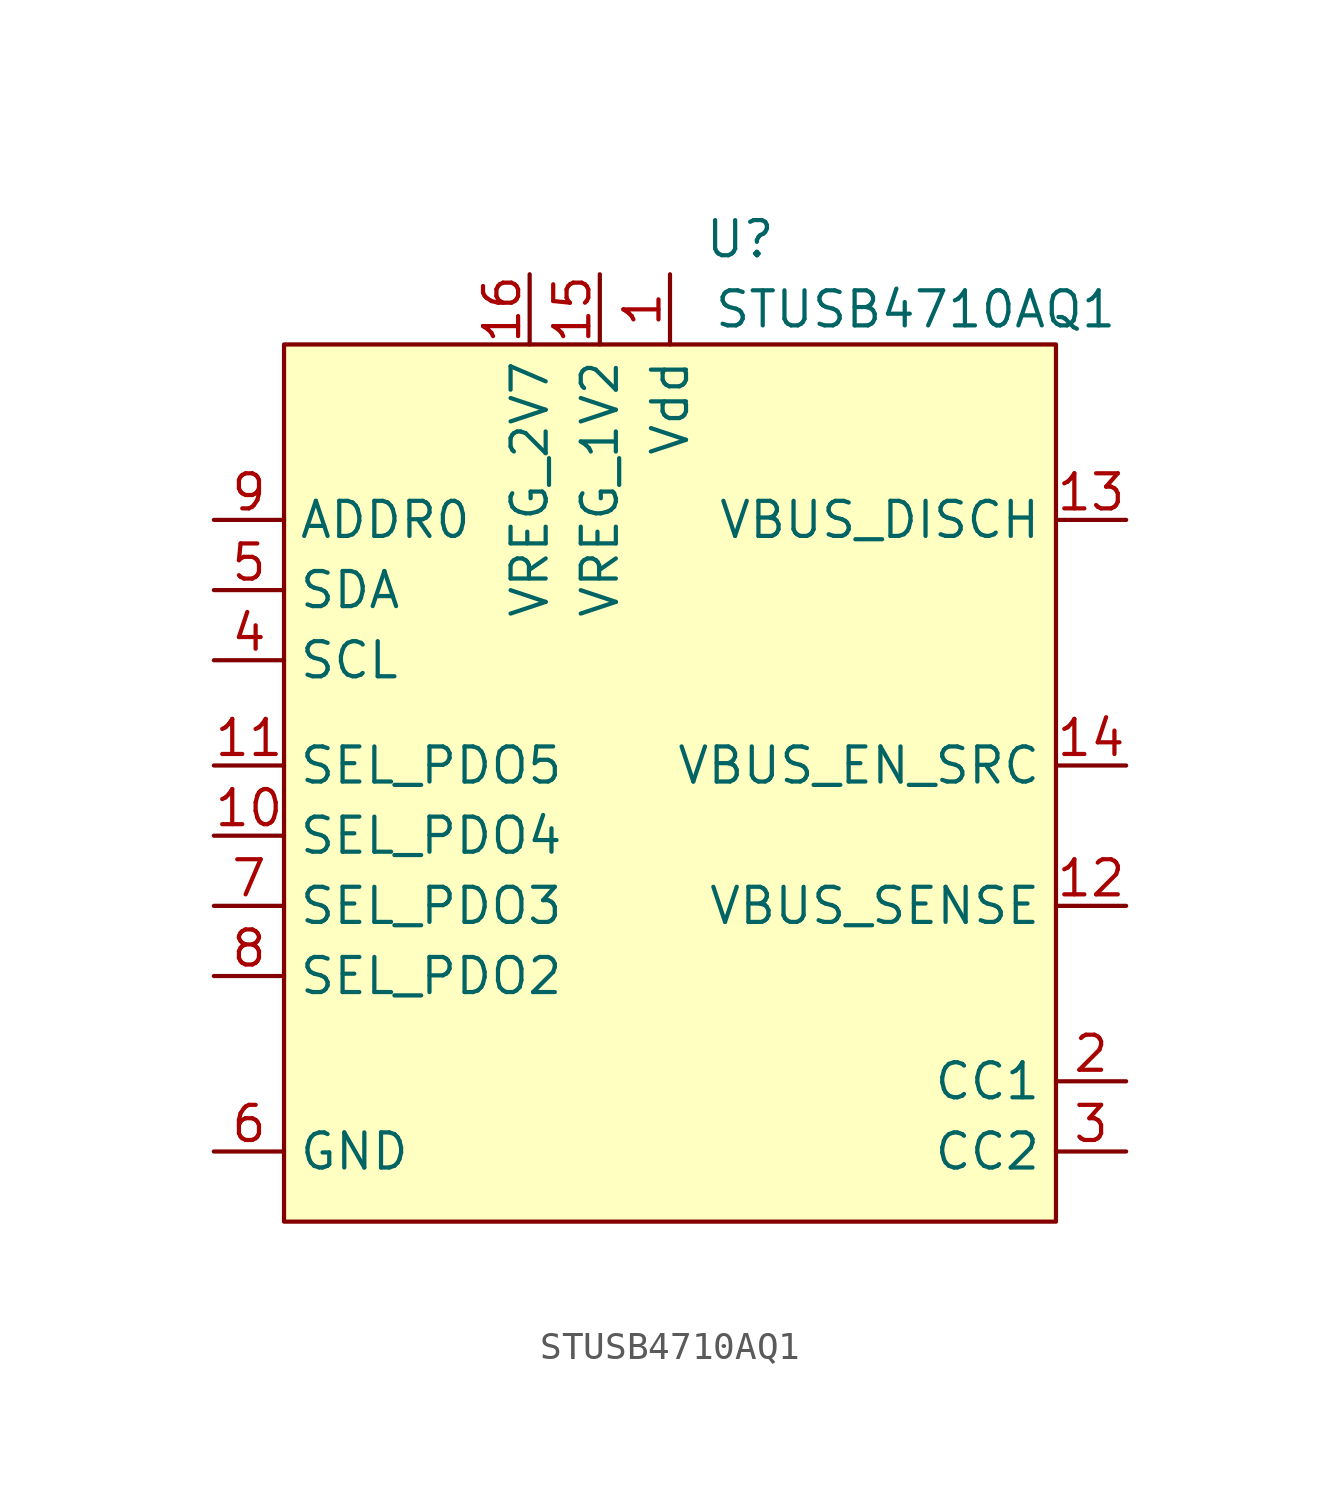
<source format=kicad_sym>
(kicad_symbol_lib
  (version 20211014)
  (generator kicad_symbol_editor)
  (symbol "STUSB4710AQ1"
    (property "Reference" "U"
      (at 2.54 3.81 0)
      (effects (font (size 1.27 1.27))))
    (property "Value" "STUSB4710AQ1"
      (at 8.89 1.27 0)
      (effects (font (size 1.27 1.27))))
    (symbol "STUSB4710AQ1_0_1"
      (rectangle (start -13.97 0) (end 13.97 -31.75) (stroke (width 0) (type default) (color 0 0 0 0)) (fill (type background))))
    (symbol "STUSB4710AQ1_1_1"
      (pin power_in line (at 0 2.54 270) (length 2.54) (name "Vdd" (effects (font (size 1.27 1.27)))) (number "1" (effects (font (size 1.27 1.27)))))
      (pin open_collector line (at -16.51 -17.78 0) (length 2.54) (name "SEL_PDO4" (effects (font (size 1.27 1.27)))) (number "10" (effects (font (size 1.27 1.27)))))
      (pin open_collector line (at -16.51 -15.24 0) (length 2.54) (name "SEL_PDO5" (effects (font (size 1.27 1.27)))) (number "11" (effects (font (size 1.27 1.27)))))
      (pin input line (at 16.51 -20.32 180) (length 2.54) (name "VBUS_SENSE" (effects (font (size 1.27 1.27)))) (number "12" (effects (font (size 1.27 1.27)))))
      (pin output line (at 16.51 -6.35 180) (length 2.54) (name "VBUS_DISCH" (effects (font (size 1.27 1.27)))) (number "13" (effects (font (size 1.27 1.27)))))
      (pin output line (at 16.51 -15.24 180) (length 2.54) (name "VBUS_EN_SRC" (effects (font (size 1.27 1.27)))) (number "14" (effects (font (size 1.27 1.27)))))
      (pin power_out line (at -2.54 2.54 270) (length 2.54) (name "VREG_1V2" (effects (font (size 1.27 1.27)))) (number "15" (effects (font (size 1.27 1.27)))))
      (pin power_out line (at -5.08 2.54 270) (length 2.54) (name "VREG_2V7" (effects (font (size 1.27 1.27)))) (number "16" (effects (font (size 1.27 1.27)))))
      (pin passive line (at 16.51 -26.67 180) (length 2.54) (name "CC1" (effects (font (size 1.27 1.27)))) (number "2" (effects (font (size 1.27 1.27)))))
      (pin passive line (at 16.51 -29.21 180) (length 2.54) (name "CC2" (effects (font (size 1.27 1.27)))) (number "3" (effects (font (size 1.27 1.27)))))
      (pin input line (at -16.51 -11.43 0) (length 2.54) (name "SCL" (effects (font (size 1.27 1.27)))) (number "4" (effects (font (size 1.27 1.27)))))
      (pin bidirectional line (at -16.51 -8.89 0) (length 2.54) (name "SDA" (effects (font (size 1.27 1.27)))) (number "5" (effects (font (size 1.27 1.27)))))
      (pin power_in line (at -16.51 -29.21 0) (length 2.54) (name "GND" (effects (font (size 1.27 1.27)))) (number "6" (effects (font (size 1.27 1.27)))))
      (pin open_collector line (at -16.51 -20.32 0) (length 2.54) (name "SEL_PDO3" (effects (font (size 1.27 1.27)))) (number "7" (effects (font (size 1.27 1.27)))))
      (pin open_collector line (at -16.51 -22.86 0) (length 2.54) (name "SEL_PDO2" (effects (font (size 1.27 1.27)))) (number "8" (effects (font (size 1.27 1.27)))))
      (pin input line (at -16.51 -6.35 0) (length 2.54) (name "ADDR0" (effects (font (size 1.27 1.27)))) (number "9" (effects (font (size 1.27 1.27))))))))
</source>
